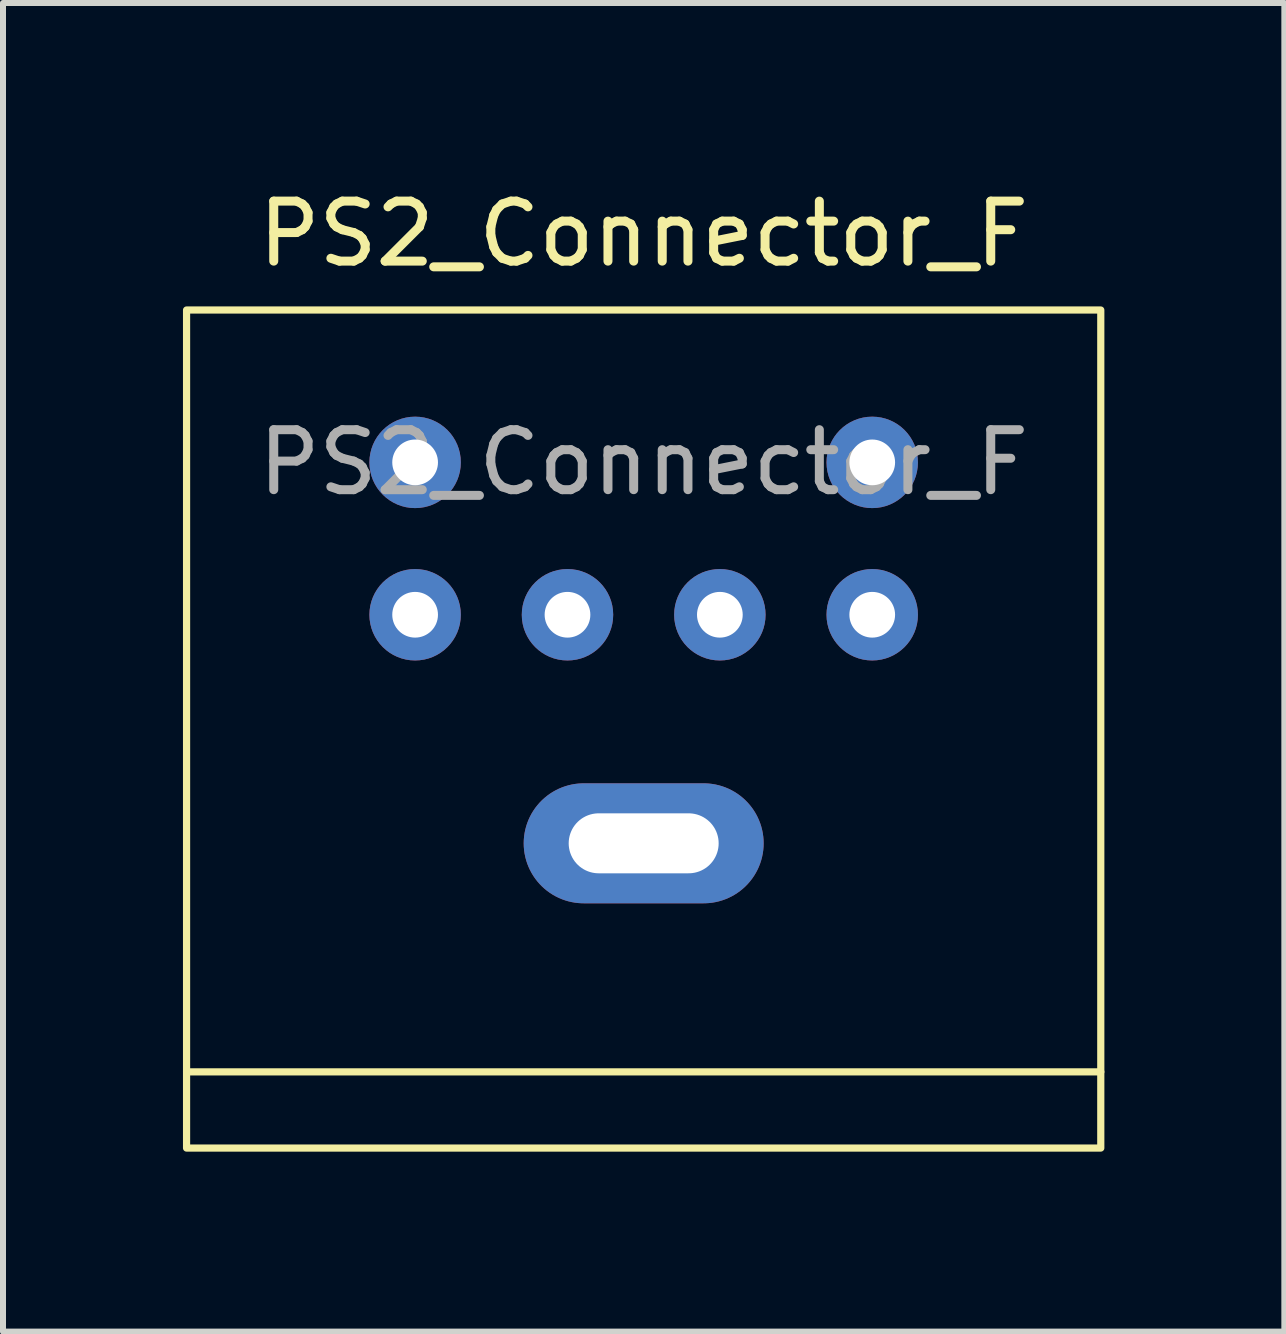
<source format=kicad_pcb>
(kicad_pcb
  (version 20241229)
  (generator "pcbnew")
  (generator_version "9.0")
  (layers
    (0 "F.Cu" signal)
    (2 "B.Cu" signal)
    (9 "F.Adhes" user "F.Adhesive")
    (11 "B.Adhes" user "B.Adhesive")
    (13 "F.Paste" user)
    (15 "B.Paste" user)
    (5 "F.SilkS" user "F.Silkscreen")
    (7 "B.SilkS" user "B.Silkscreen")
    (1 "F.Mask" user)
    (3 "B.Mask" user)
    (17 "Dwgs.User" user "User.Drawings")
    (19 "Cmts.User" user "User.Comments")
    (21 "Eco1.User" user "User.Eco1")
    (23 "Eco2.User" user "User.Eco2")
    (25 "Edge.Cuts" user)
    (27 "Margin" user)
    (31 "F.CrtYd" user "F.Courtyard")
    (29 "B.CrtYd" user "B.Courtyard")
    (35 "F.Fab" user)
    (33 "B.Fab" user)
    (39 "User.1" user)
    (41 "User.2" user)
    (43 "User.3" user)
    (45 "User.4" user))
  (footprint "PS2_Connector_F"
    (layer "F.Cu")
    (at 7.68 7.198)
    (property "Reference" "PS2_Connector_F" (at 0 -6.35 0) (unlocked yes) (layer "F.SilkS") (effects (font (size 1 1) (thickness 0.15))))
    (attr through_hole)
    (fp_line (start -7.62 7.62) (end 7.62 7.62) (stroke (width 0.12) (type solid)) (layer "F.SilkS"))
    (fp_rect (start -7.62 -5.08) (end 7.62 8.89) (stroke (width 0.12) (type solid)) (fill no) (layer "F.SilkS"))
    (fp_text user "${REFERENCE}" (at 0 -2.54 0) (unlocked yes) (layer "F.Fab") (effects (font (size 1 1) (thickness 0.15))))
    (pad "1" thru_hole circle (at 1.27 0) (size 1.524 1.524) (drill 0.762) (layers "*.Cu" "*.Mask"))
    (pad "2" thru_hole circle (at -1.27 0) (size 1.524 1.524) (drill 0.762) (layers "*.Cu" "*.Mask"))
    (pad "3" thru_hole oval (at 0 3.81) (size 4 2) (drill oval 2.5 1) (layers "*.Cu" "*.Mask"))
    (pad "3" thru_hole circle (at 3.81 0) (size 1.524 1.524) (drill 0.762) (layers "*.Cu" "*.Mask"))
    (pad "4" thru_hole circle (at -3.81 0) (size 1.524 1.524) (drill 0.762) (layers "*.Cu" "*.Mask"))
    (pad "5" thru_hole circle (at 3.81 -2.54) (size 1.524 1.524) (drill 0.762) (layers "*.Cu" "*.Mask"))
    (pad "6" thru_hole circle (at -3.81 -2.54) (size 1.524 1.524) (drill 0.762) (layers "*.Cu" "*.Mask")))
  (gr_rect
    (start -3 -3)
    (end 18.36 19.148)
    (stroke (width 0.1) (type default))
    (fill no)
    (layer "Edge.Cuts")))
</source>
